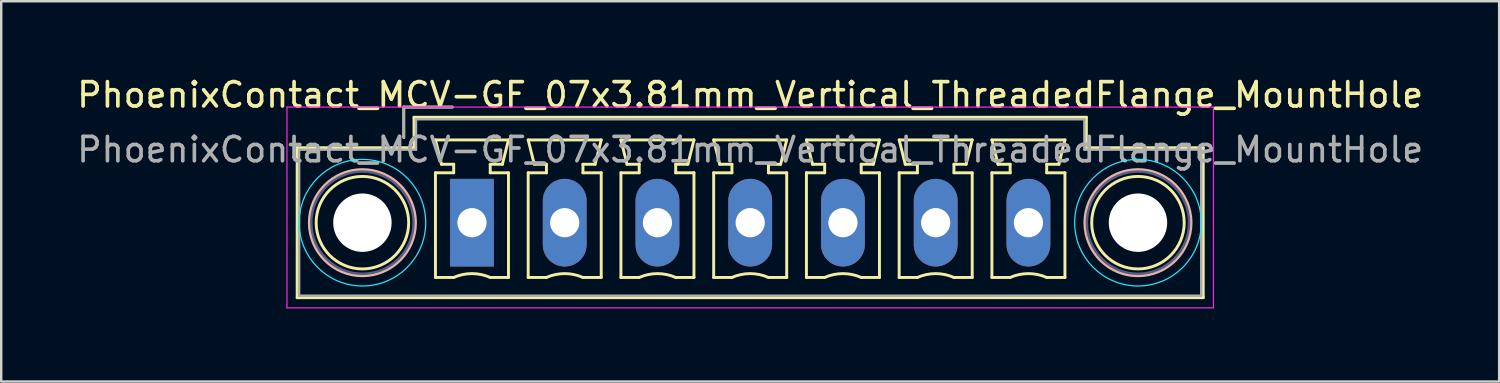
<source format=kicad_pcb>
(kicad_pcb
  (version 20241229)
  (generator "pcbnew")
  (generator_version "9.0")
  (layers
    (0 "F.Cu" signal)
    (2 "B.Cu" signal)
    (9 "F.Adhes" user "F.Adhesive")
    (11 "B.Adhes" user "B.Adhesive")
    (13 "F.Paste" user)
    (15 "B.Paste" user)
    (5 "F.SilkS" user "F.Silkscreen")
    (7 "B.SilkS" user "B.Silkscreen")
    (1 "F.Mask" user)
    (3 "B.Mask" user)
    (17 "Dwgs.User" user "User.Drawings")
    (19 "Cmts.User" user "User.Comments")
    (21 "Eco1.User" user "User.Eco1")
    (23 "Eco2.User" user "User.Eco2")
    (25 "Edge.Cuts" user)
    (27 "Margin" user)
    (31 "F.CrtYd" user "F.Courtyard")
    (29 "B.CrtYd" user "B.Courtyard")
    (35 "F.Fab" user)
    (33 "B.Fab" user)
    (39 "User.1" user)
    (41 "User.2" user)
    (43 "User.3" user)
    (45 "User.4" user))
  (footprint "PhoenixContact_MCV-GF_07x3.81mm_Vertical_ThreadedFlange_MountHole"
    (layer "F.Cu")
    (at 16.338 6.098)
    (property "Reference" "PhoenixContact_MCV-GF_07x3.81mm_Vertical_ThreadedFlange_MountHole" (at 11.43 -5.25 0) (layer "F.SilkS") (effects (font (size 1 1) (thickness 0.15))))
    (attr through_hole)
    (fp_line (start -7.18 -3.08) (end -7.18 3.08) (stroke (width 0.12) (type solid)) (layer "F.SilkS"))
    (fp_line (start -7.18 3.08) (end 30.04 3.08) (stroke (width 0.12) (type solid)) (layer "F.SilkS"))
    (fp_line (start -2.8 -4.75) (end -0.8 -4.75) (stroke (width 0.12) (type solid)) (layer "F.SilkS"))
    (fp_line (start -2.8 -3.5) (end -2.8 -4.75) (stroke (width 0.12) (type solid)) (layer "F.SilkS"))
    (fp_line (start -2.38 -4.33) (end -2.38 -3.08) (stroke (width 0.12) (type solid)) (layer "F.SilkS"))
    (fp_line (start -2.38 -3.08) (end -7.18 -3.08) (stroke (width 0.12) (type solid)) (layer "F.SilkS"))
    (fp_line (start -1.5 -3.4) (end 1.5 -3.4) (stroke (width 0.12) (type solid)) (layer "F.SilkS"))
    (fp_line (start -1.5 -2.05) (end -0.75 -2.05) (stroke (width 0.12) (type solid)) (layer "F.SilkS"))
    (fp_line (start -1.5 2.25) (end -1.5 -2.05) (stroke (width 0.12) (type solid)) (layer "F.SilkS"))
    (fp_line (start -1.25 -2.4) (end -1.5 -3.4) (stroke (width 0.12) (type solid)) (layer "F.SilkS"))
    (fp_line (start -0.75 -2.4) (end -1.25 -2.4) (stroke (width 0.12) (type solid)) (layer "F.SilkS"))
    (fp_line (start -0.75 -2.05) (end -0.75 -2.4) (stroke (width 0.12) (type solid)) (layer "F.SilkS"))
    (fp_line (start -0.75 2.25) (end -1.5 2.25) (stroke (width 0.12) (type solid)) (layer "F.SilkS"))
    (fp_line (start 0.75 -2.4) (end 0.75 -2.05) (stroke (width 0.12) (type solid)) (layer "F.SilkS"))
    (fp_line (start 0.75 -2.05) (end 1.5 -2.05) (stroke (width 0.12) (type solid)) (layer "F.SilkS"))
    (fp_line (start 1.25 -2.4) (end 0.75 -2.4) (stroke (width 0.12) (type solid)) (layer "F.SilkS"))
    (fp_line (start 1.5 -3.4) (end 1.25 -2.4) (stroke (width 0.12) (type solid)) (layer "F.SilkS"))
    (fp_line (start 1.5 -2.05) (end 1.5 2.25) (stroke (width 0.12) (type solid)) (layer "F.SilkS"))
    (fp_line (start 1.5 2.25) (end 0.75 2.25) (stroke (width 0.12) (type solid)) (layer "F.SilkS"))
    (fp_line (start 2.31 -3.4) (end 5.31 -3.4) (stroke (width 0.12) (type solid)) (layer "F.SilkS"))
    (fp_line (start 2.31 -2.05) (end 3.06 -2.05) (stroke (width 0.12) (type solid)) (layer "F.SilkS"))
    (fp_line (start 2.31 2.25) (end 2.31 -2.05) (stroke (width 0.12) (type solid)) (layer "F.SilkS"))
    (fp_line (start 2.56 -2.4) (end 2.31 -3.4) (stroke (width 0.12) (type solid)) (layer "F.SilkS"))
    (fp_line (start 3.06 -2.4) (end 2.56 -2.4) (stroke (width 0.12) (type solid)) (layer "F.SilkS"))
    (fp_line (start 3.06 -2.05) (end 3.06 -2.4) (stroke (width 0.12) (type solid)) (layer "F.SilkS"))
    (fp_line (start 3.06 2.25) (end 2.31 2.25) (stroke (width 0.12) (type solid)) (layer "F.SilkS"))
    (fp_line (start 4.56 -2.4) (end 4.56 -2.05) (stroke (width 0.12) (type solid)) (layer "F.SilkS"))
    (fp_line (start 4.56 -2.05) (end 5.31 -2.05) (stroke (width 0.12) (type solid)) (layer "F.SilkS"))
    (fp_line (start 5.06 -2.4) (end 4.56 -2.4) (stroke (width 0.12) (type solid)) (layer "F.SilkS"))
    (fp_line (start 5.31 -3.4) (end 5.06 -2.4) (stroke (width 0.12) (type solid)) (layer "F.SilkS"))
    (fp_line (start 5.31 -2.05) (end 5.31 2.25) (stroke (width 0.12) (type solid)) (layer "F.SilkS"))
    (fp_line (start 5.31 2.25) (end 4.56 2.25) (stroke (width 0.12) (type solid)) (layer "F.SilkS"))
    (fp_line (start 6.12 -3.4) (end 9.12 -3.4) (stroke (width 0.12) (type solid)) (layer "F.SilkS"))
    (fp_line (start 6.12 -2.05) (end 6.87 -2.05) (stroke (width 0.12) (type solid)) (layer "F.SilkS"))
    (fp_line (start 6.12 2.25) (end 6.12 -2.05) (stroke (width 0.12) (type solid)) (layer "F.SilkS"))
    (fp_line (start 6.37 -2.4) (end 6.12 -3.4) (stroke (width 0.12) (type solid)) (layer "F.SilkS"))
    (fp_line (start 6.87 -2.4) (end 6.37 -2.4) (stroke (width 0.12) (type solid)) (layer "F.SilkS"))
    (fp_line (start 6.87 -2.05) (end 6.87 -2.4) (stroke (width 0.12) (type solid)) (layer "F.SilkS"))
    (fp_line (start 6.87 2.25) (end 6.12 2.25) (stroke (width 0.12) (type solid)) (layer "F.SilkS"))
    (fp_line (start 8.37 -2.4) (end 8.37 -2.05) (stroke (width 0.12) (type solid)) (layer "F.SilkS"))
    (fp_line (start 8.37 -2.05) (end 9.12 -2.05) (stroke (width 0.12) (type solid)) (layer "F.SilkS"))
    (fp_line (start 8.87 -2.4) (end 8.37 -2.4) (stroke (width 0.12) (type solid)) (layer "F.SilkS"))
    (fp_line (start 9.12 -3.4) (end 8.87 -2.4) (stroke (width 0.12) (type solid)) (layer "F.SilkS"))
    (fp_line (start 9.12 -2.05) (end 9.12 2.25) (stroke (width 0.12) (type solid)) (layer "F.SilkS"))
    (fp_line (start 9.12 2.25) (end 8.37 2.25) (stroke (width 0.12) (type solid)) (layer "F.SilkS"))
    (fp_line (start 9.93 -3.4) (end 12.93 -3.4) (stroke (width 0.12) (type solid)) (layer "F.SilkS"))
    (fp_line (start 9.93 -2.05) (end 10.68 -2.05) (stroke (width 0.12) (type solid)) (layer "F.SilkS"))
    (fp_line (start 9.93 2.25) (end 9.93 -2.05) (stroke (width 0.12) (type solid)) (layer "F.SilkS"))
    (fp_line (start 10.18 -2.4) (end 9.93 -3.4) (stroke (width 0.12) (type solid)) (layer "F.SilkS"))
    (fp_line (start 10.68 -2.4) (end 10.18 -2.4) (stroke (width 0.12) (type solid)) (layer "F.SilkS"))
    (fp_line (start 10.68 -2.05) (end 10.68 -2.4) (stroke (width 0.12) (type solid)) (layer "F.SilkS"))
    (fp_line (start 10.68 2.25) (end 9.93 2.25) (stroke (width 0.12) (type solid)) (layer "F.SilkS"))
    (fp_line (start 12.18 -2.4) (end 12.18 -2.05) (stroke (width 0.12) (type solid)) (layer "F.SilkS"))
    (fp_line (start 12.18 -2.05) (end 12.93 -2.05) (stroke (width 0.12) (type solid)) (layer "F.SilkS"))
    (fp_line (start 12.68 -2.4) (end 12.18 -2.4) (stroke (width 0.12) (type solid)) (layer "F.SilkS"))
    (fp_line (start 12.93 -3.4) (end 12.68 -2.4) (stroke (width 0.12) (type solid)) (layer "F.SilkS"))
    (fp_line (start 12.93 -2.05) (end 12.93 2.25) (stroke (width 0.12) (type solid)) (layer "F.SilkS"))
    (fp_line (start 12.93 2.25) (end 12.18 2.25) (stroke (width 0.12) (type solid)) (layer "F.SilkS"))
    (fp_line (start 13.74 -3.4) (end 16.74 -3.4) (stroke (width 0.12) (type solid)) (layer "F.SilkS"))
    (fp_line (start 13.74 -2.05) (end 14.49 -2.05) (stroke (width 0.12) (type solid)) (layer "F.SilkS"))
    (fp_line (start 13.74 2.25) (end 13.74 -2.05) (stroke (width 0.12) (type solid)) (layer "F.SilkS"))
    (fp_line (start 13.99 -2.4) (end 13.74 -3.4) (stroke (width 0.12) (type solid)) (layer "F.SilkS"))
    (fp_line (start 14.49 -2.4) (end 13.99 -2.4) (stroke (width 0.12) (type solid)) (layer "F.SilkS"))
    (fp_line (start 14.49 -2.05) (end 14.49 -2.4) (stroke (width 0.12) (type solid)) (layer "F.SilkS"))
    (fp_line (start 14.49 2.25) (end 13.74 2.25) (stroke (width 0.12) (type solid)) (layer "F.SilkS"))
    (fp_line (start 15.99 -2.4) (end 15.99 -2.05) (stroke (width 0.12) (type solid)) (layer "F.SilkS"))
    (fp_line (start 15.99 -2.05) (end 16.74 -2.05) (stroke (width 0.12) (type solid)) (layer "F.SilkS"))
    (fp_line (start 16.49 -2.4) (end 15.99 -2.4) (stroke (width 0.12) (type solid)) (layer "F.SilkS"))
    (fp_line (start 16.74 -3.4) (end 16.49 -2.4) (stroke (width 0.12) (type solid)) (layer "F.SilkS"))
    (fp_line (start 16.74 -2.05) (end 16.74 2.25) (stroke (width 0.12) (type solid)) (layer "F.SilkS"))
    (fp_line (start 16.74 2.25) (end 15.99 2.25) (stroke (width 0.12) (type solid)) (layer "F.SilkS"))
    (fp_line (start 17.55 -3.4) (end 20.55 -3.4) (stroke (width 0.12) (type solid)) (layer "F.SilkS"))
    (fp_line (start 17.55 -2.05) (end 18.3 -2.05) (stroke (width 0.12) (type solid)) (layer "F.SilkS"))
    (fp_line (start 17.55 2.25) (end 17.55 -2.05) (stroke (width 0.12) (type solid)) (layer "F.SilkS"))
    (fp_line (start 17.8 -2.4) (end 17.55 -3.4) (stroke (width 0.12) (type solid)) (layer "F.SilkS"))
    (fp_line (start 18.3 -2.4) (end 17.8 -2.4) (stroke (width 0.12) (type solid)) (layer "F.SilkS"))
    (fp_line (start 18.3 -2.05) (end 18.3 -2.4) (stroke (width 0.12) (type solid)) (layer "F.SilkS"))
    (fp_line (start 18.3 2.25) (end 17.55 2.25) (stroke (width 0.12) (type solid)) (layer "F.SilkS"))
    (fp_line (start 19.8 -2.4) (end 19.8 -2.05) (stroke (width 0.12) (type solid)) (layer "F.SilkS"))
    (fp_line (start 19.8 -2.05) (end 20.55 -2.05) (stroke (width 0.12) (type solid)) (layer "F.SilkS"))
    (fp_line (start 20.3 -2.4) (end 19.8 -2.4) (stroke (width 0.12) (type solid)) (layer "F.SilkS"))
    (fp_line (start 20.55 -3.4) (end 20.3 -2.4) (stroke (width 0.12) (type solid)) (layer "F.SilkS"))
    (fp_line (start 20.55 -2.05) (end 20.55 2.25) (stroke (width 0.12) (type solid)) (layer "F.SilkS"))
    (fp_line (start 20.55 2.25) (end 19.8 2.25) (stroke (width 0.12) (type solid)) (layer "F.SilkS"))
    (fp_line (start 21.36 -3.4) (end 24.36 -3.4) (stroke (width 0.12) (type solid)) (layer "F.SilkS"))
    (fp_line (start 21.36 -2.05) (end 22.11 -2.05) (stroke (width 0.12) (type solid)) (layer "F.SilkS"))
    (fp_line (start 21.36 2.25) (end 21.36 -2.05) (stroke (width 0.12) (type solid)) (layer "F.SilkS"))
    (fp_line (start 21.61 -2.4) (end 21.36 -3.4) (stroke (width 0.12) (type solid)) (layer "F.SilkS"))
    (fp_line (start 22.11 -2.4) (end 21.61 -2.4) (stroke (width 0.12) (type solid)) (layer "F.SilkS"))
    (fp_line (start 22.11 -2.05) (end 22.11 -2.4) (stroke (width 0.12) (type solid)) (layer "F.SilkS"))
    (fp_line (start 22.11 2.25) (end 21.36 2.25) (stroke (width 0.12) (type solid)) (layer "F.SilkS"))
    (fp_line (start 23.61 -2.4) (end 23.61 -2.05) (stroke (width 0.12) (type solid)) (layer "F.SilkS"))
    (fp_line (start 23.61 -2.05) (end 24.36 -2.05) (stroke (width 0.12) (type solid)) (layer "F.SilkS"))
    (fp_line (start 24.11 -2.4) (end 23.61 -2.4) (stroke (width 0.12) (type solid)) (layer "F.SilkS"))
    (fp_line (start 24.36 -3.4) (end 24.11 -2.4) (stroke (width 0.12) (type solid)) (layer "F.SilkS"))
    (fp_line (start 24.36 -2.05) (end 24.36 2.25) (stroke (width 0.12) (type solid)) (layer "F.SilkS"))
    (fp_line (start 24.36 2.25) (end 23.61 2.25) (stroke (width 0.12) (type solid)) (layer "F.SilkS"))
    (fp_line (start 25.24 -4.33) (end -2.38 -4.33) (stroke (width 0.12) (type solid)) (layer "F.SilkS"))
    (fp_line (start 25.24 -3.08) (end 25.24 -4.33) (stroke (width 0.12) (type solid)) (layer "F.SilkS"))
    (fp_line (start 30.04 -3.08) (end 25.24 -3.08) (stroke (width 0.12) (type solid)) (layer "F.SilkS"))
    (fp_line (start 30.04 3.08) (end 30.04 -3.08) (stroke (width 0.12) (type solid)) (layer "F.SilkS"))
    (fp_arc (start -0.75 2.25) (mid -0.000193 2.09191) (end 0.749647 2.249844) (stroke (width 0.12) (type solid)) (layer "F.SilkS"))
    (fp_arc (start 3.06 2.25) (mid 3.809807 2.09191) (end 4.559647 2.249844) (stroke (width 0.12) (type solid)) (layer "F.SilkS"))
    (fp_arc (start 6.87 2.25) (mid 7.619807 2.09191) (end 8.369647 2.249844) (stroke (width 0.12) (type solid)) (layer "F.SilkS"))
    (fp_arc (start 10.68 2.25) (mid 11.429807 2.09191) (end 12.179647 2.249844) (stroke (width 0.12) (type solid)) (layer "F.SilkS"))
    (fp_arc (start 14.49 2.25) (mid 15.239807 2.09191) (end 15.989647 2.249844) (stroke (width 0.12) (type solid)) (layer "F.SilkS"))
    (fp_arc (start 18.3 2.25) (mid 19.049807 2.09191) (end 19.799647 2.249844) (stroke (width 0.12) (type solid)) (layer "F.SilkS"))
    (fp_arc (start 22.11 2.25) (mid 22.859807 2.09191) (end 23.609647 2.249844) (stroke (width 0.12) (type solid)) (layer "F.SilkS"))
    (fp_circle (center -4.5 0) (end -2.6 0) (stroke (width 0.12) (type solid)) (fill no) (layer "F.SilkS"))
    (fp_circle (center 27.36 0) (end 29.26 0) (stroke (width 0.12) (type solid)) (fill no) (layer "F.SilkS"))
    (fp_circle (center -4.5 0) (end -2.32 0) (stroke (width 0.12) (type solid)) (fill no) (layer "B.SilkS"))
    (fp_circle (center 27.36 0) (end 29.54 0) (stroke (width 0.12) (type solid)) (fill no) (layer "B.SilkS"))
    (fp_circle (center -4.5 0) (end -1.9 0) (stroke (width 0.05) (type solid)) (fill no) (layer "B.CrtYd"))
    (fp_circle (center 27.36 0) (end 29.96 0) (stroke (width 0.05) (type solid)) (fill no) (layer "B.CrtYd"))
    (fp_line (start -7.6 -4.75) (end -7.6 3.5) (stroke (width 0.05) (type solid)) (layer "F.CrtYd"))
    (fp_line (start -7.6 3.5) (end 30.46 3.5) (stroke (width 0.05) (type solid)) (layer "F.CrtYd"))
    (fp_line (start 30.46 -4.75) (end -7.6 -4.75) (stroke (width 0.05) (type solid)) (layer "F.CrtYd"))
    (fp_line (start 30.46 3.5) (end 30.46 -4.75) (stroke (width 0.05) (type solid)) (layer "F.CrtYd"))
    (fp_circle (center -4.5 0) (end -2.4 0) (stroke (width 0.1) (type solid)) (fill no) (layer "B.Fab"))
    (fp_circle (center 27.36 0) (end 29.46 0) (stroke (width 0.1) (type solid)) (fill no) (layer "B.Fab"))
    (fp_line (start -7.1 -3) (end -7.1 3) (stroke (width 0.1) (type solid)) (layer "F.Fab"))
    (fp_line (start -7.1 3) (end 29.96 3) (stroke (width 0.1) (type solid)) (layer "F.Fab"))
    (fp_line (start -2.8 -4.75) (end -0.8 -4.75) (stroke (width 0.1) (type solid)) (layer "F.Fab"))
    (fp_line (start -2.8 -3.5) (end -2.8 -4.75) (stroke (width 0.1) (type solid)) (layer "F.Fab"))
    (fp_line (start -2.3 -4.25) (end -2.3 -3) (stroke (width 0.1) (type solid)) (layer "F.Fab"))
    (fp_line (start -2.3 -3) (end -7.1 -3) (stroke (width 0.1) (type solid)) (layer "F.Fab"))
    (fp_line (start 25.16 -4.25) (end -2.3 -4.25) (stroke (width 0.1) (type solid)) (layer "F.Fab"))
    (fp_line (start 25.16 -3) (end 25.16 -4.25) (stroke (width 0.1) (type solid)) (layer "F.Fab"))
    (fp_line (start 29.96 -3) (end 25.16 -3) (stroke (width 0.1) (type solid)) (layer "F.Fab"))
    (fp_line (start 29.96 3) (end 29.96 -3) (stroke (width 0.1) (type solid)) (layer "F.Fab"))
    (fp_text user "${REFERENCE}" (at 11.43 -3 0) (layer "F.Fab") (effects (font (size 1 1) (thickness 0.15))))
    (pad "" np_thru_hole circle (at -4.5 0) (size 2.4 2.4) (drill 2.4) (layers "*.Cu" "*.Mask"))
    (pad "" np_thru_hole circle (at 27.36 0) (size 2.4 2.4) (drill 2.4) (layers "*.Cu" "*.Mask"))
    (pad "1" thru_hole rect (at 0 0) (size 1.8 3.6) (drill 1.2) (layers "*.Cu" "*.Mask"))
    (pad "2" thru_hole oval (at 3.81 0) (size 1.8 3.6) (drill 1.2) (layers "*.Cu" "*.Mask"))
    (pad "3" thru_hole oval (at 7.62 0) (size 1.8 3.6) (drill 1.2) (layers "*.Cu" "*.Mask"))
    (pad "4" thru_hole oval (at 11.43 0) (size 1.8 3.6) (drill 1.2) (layers "*.Cu" "*.Mask"))
    (pad "5" thru_hole oval (at 15.24 0) (size 1.8 3.6) (drill 1.2) (layers "*.Cu" "*.Mask"))
    (pad "6" thru_hole oval (at 19.05 0) (size 1.8 3.6) (drill 1.2) (layers "*.Cu" "*.Mask"))
    (pad "7" thru_hole oval (at 22.86 0) (size 1.8 3.6) (drill 1.2) (layers "*.Cu" "*.Mask")))
  (gr_rect
    (start -3 -3)
    (end 58.536 12.623)
    (stroke (width 0.1) (type default))
    (fill no)
    (layer "Edge.Cuts")))
</source>
